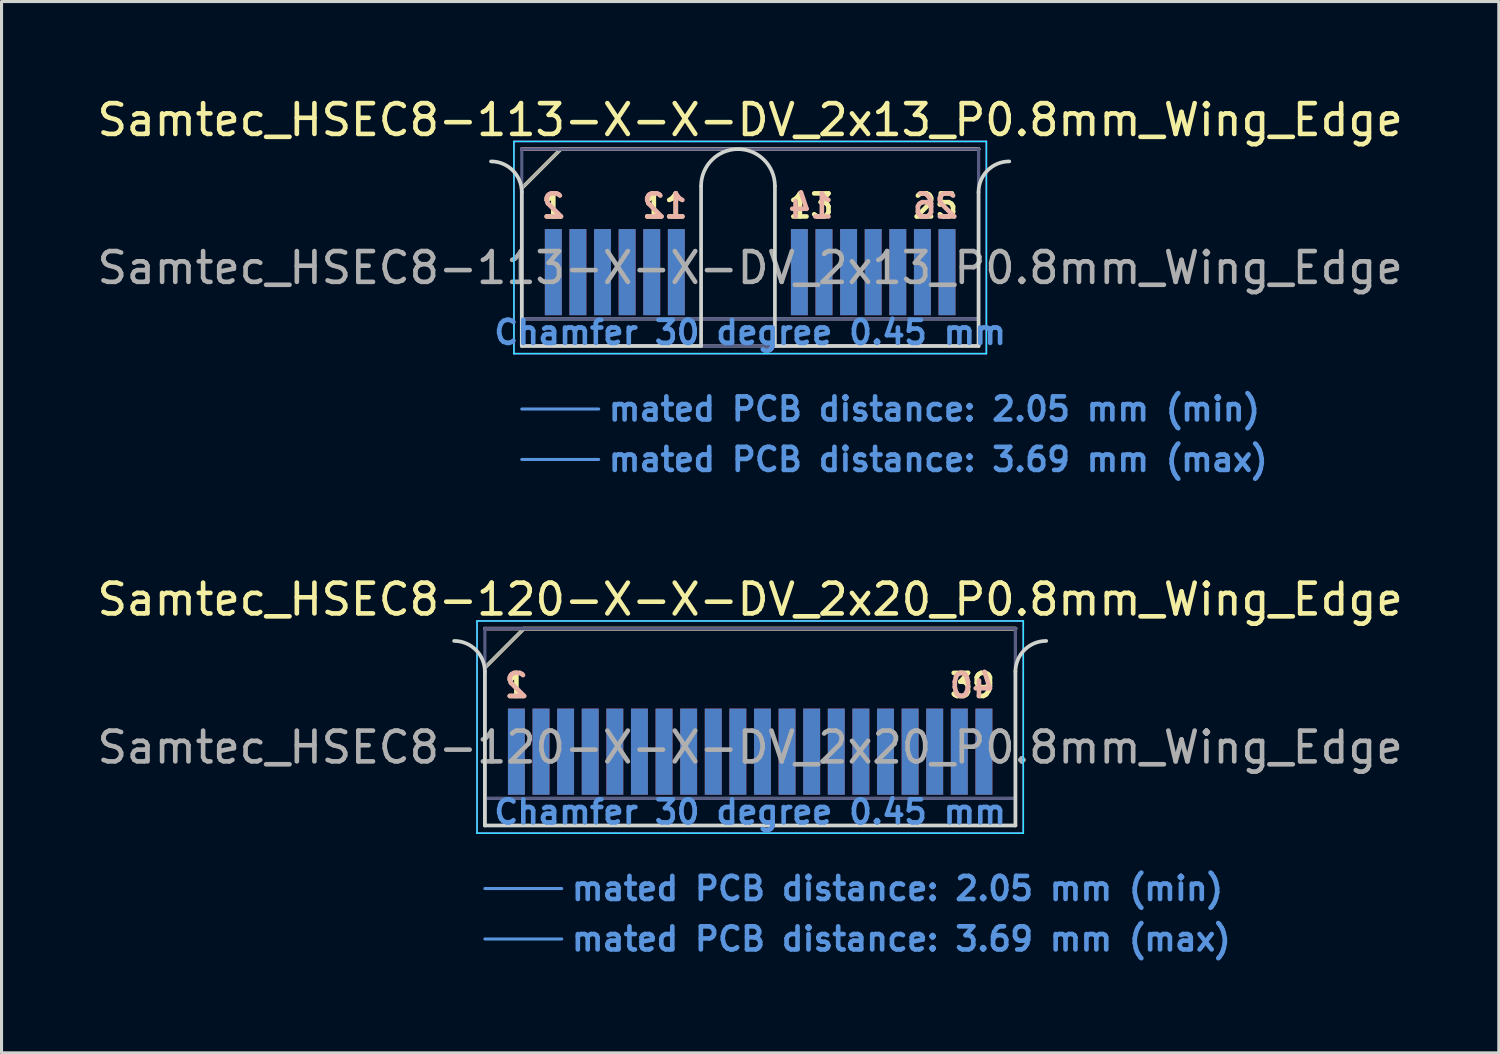
<source format=kicad_pcb>
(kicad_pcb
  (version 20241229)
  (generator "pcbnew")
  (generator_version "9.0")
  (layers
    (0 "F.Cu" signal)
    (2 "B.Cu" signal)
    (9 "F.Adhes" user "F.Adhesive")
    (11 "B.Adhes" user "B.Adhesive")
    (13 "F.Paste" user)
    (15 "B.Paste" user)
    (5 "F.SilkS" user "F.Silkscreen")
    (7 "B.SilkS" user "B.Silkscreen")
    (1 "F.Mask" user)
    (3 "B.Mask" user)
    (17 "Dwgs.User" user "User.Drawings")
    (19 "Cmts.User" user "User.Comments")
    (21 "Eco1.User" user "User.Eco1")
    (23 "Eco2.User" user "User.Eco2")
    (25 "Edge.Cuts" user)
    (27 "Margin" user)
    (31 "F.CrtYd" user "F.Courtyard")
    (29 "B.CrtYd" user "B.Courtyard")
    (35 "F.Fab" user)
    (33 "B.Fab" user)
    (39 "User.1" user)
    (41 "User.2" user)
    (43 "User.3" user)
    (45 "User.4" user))
  (footprint "Samtec_HSEC8-120-X-X-DV_2x20_P0.8mm_Wing_Edge"
    (layer "F.Cu")
    (at 21.339 23.788)
    (property "Reference" "Samtec_HSEC8-120-X-X-DV_2x20_P0.8mm_Wing_Edge" (at 0 -7.35 0) (layer "F.SilkS") (effects (font (size 1 1) (thickness 0.15))))
    (attr exclude_from_pos_files exclude_from_bom)
    (fp_line (start -8.625 -5.13) (end -7.355 -6.4) (stroke (width 0.12) (type solid)) (layer "F.SilkS"))
    (fp_line (start -7.355 -6.4) (end 8.625 -6.4) (stroke (width 0.12) (type solid)) (layer "F.SilkS"))
    (fp_line (start -8.625 -6.4) (end -8.625 -6.4) (stroke (width 0.12) (type solid)) (layer "B.SilkS"))
    (fp_line (start -8.625 -6.4) (end 8.625 -6.4) (stroke (width 0.12) (type solid)) (layer "B.SilkS"))
    (fp_line (start -8.625 2.05) (end -6.125 2.05) (stroke (width 0.1) (type solid)) (layer "Cmts.User"))
    (fp_line (start -8.625 3.69) (end -6.125 3.69) (stroke (width 0.1) (type solid)) (layer "Cmts.User"))
    (fp_line (start -8.625 -5) (end -8.625 0) (stroke (width 0.12) (type solid)) (layer "Edge.Cuts"))
    (fp_line (start -8.625 0) (end 8.625 0) (stroke (width 0.12) (type solid)) (layer "Edge.Cuts"))
    (fp_line (start 8.625 0) (end 8.625 -5) (stroke (width 0.12) (type solid)) (layer "Edge.Cuts"))
    (fp_arc (start -9.625 -6) (mid -8.917893 -5.707107) (end -8.625 -5) (stroke (width 0.12) (type solid)) (layer "Edge.Cuts"))
    (fp_arc (start 8.625 -5) (mid 8.917893 -5.707107) (end 9.625 -6) (stroke (width 0.12) (type solid)) (layer "Edge.Cuts"))
    (fp_line (start -8.88 -6.65) (end -8.88 0.25) (stroke (width 0.05) (type solid)) (layer "B.CrtYd"))
    (fp_line (start -8.88 0.25) (end 8.88 0.25) (stroke (width 0.05) (type solid)) (layer "B.CrtYd"))
    (fp_line (start 8.88 -6.65) (end -8.88 -6.65) (stroke (width 0.05) (type solid)) (layer "B.CrtYd"))
    (fp_line (start 8.88 0.25) (end 8.88 -6.65) (stroke (width 0.05) (type solid)) (layer "B.CrtYd"))
    (fp_line (start -8.88 -6.65) (end -8.88 0.25) (stroke (width 0.05) (type solid)) (layer "F.CrtYd"))
    (fp_line (start -8.88 0.25) (end 8.88 0.25) (stroke (width 0.05) (type solid)) (layer "F.CrtYd"))
    (fp_line (start 8.88 -6.65) (end -8.88 -6.65) (stroke (width 0.05) (type solid)) (layer "F.CrtYd"))
    (fp_line (start 8.88 0.25) (end 8.88 -6.65) (stroke (width 0.05) (type solid)) (layer "F.CrtYd"))
    (fp_line (start -8.625 -6.4) (end -8.625 -6.4) (stroke (width 0.1) (type solid)) (layer "B.Fab"))
    (fp_line (start -8.625 -6.4) (end -8.625 0) (stroke (width 0.1) (type solid)) (layer "B.Fab"))
    (fp_line (start -8.625 -6.4) (end 8.625 -6.4) (stroke (width 0.1) (type solid)) (layer "B.Fab"))
    (fp_line (start -8.625 -0.88) (end 8.625 -0.88) (stroke (width 0.1) (type solid)) (layer "B.Fab"))
    (fp_line (start -8.625 0) (end 8.625 0) (stroke (width 0.1) (type solid)) (layer "B.Fab"))
    (fp_line (start 8.625 -6.4) (end 8.625 0) (stroke (width 0.1) (type solid)) (layer "B.Fab"))
    (fp_line (start -8.625 -5.13) (end -8.625 0) (stroke (width 0.1) (type solid)) (layer "F.Fab"))
    (fp_line (start -8.625 -5.13) (end -7.355 -6.4) (stroke (width 0.1) (type solid)) (layer "F.Fab"))
    (fp_line (start -8.625 -0.88) (end 8.625 -0.88) (stroke (width 0.1) (type solid)) (layer "F.Fab"))
    (fp_line (start -8.625 0) (end 8.625 0) (stroke (width 0.1) (type solid)) (layer "F.Fab"))
    (fp_line (start -7.355 -6.4) (end 8.625 -6.4) (stroke (width 0.1) (type solid)) (layer "F.Fab"))
    (fp_line (start 8.625 -6.4) (end 8.625 0) (stroke (width 0.1) (type solid)) (layer "F.Fab"))
    (fp_text user "39" (at 7.225 -4.55 0) (layer "F.SilkS") (effects (font (size 0.75 0.75) (thickness 0.15))))
    (fp_text user "1" (at -7.6 -4.55 0) (layer "F.SilkS") (effects (font (size 0.75 0.75) (thickness 0.15))))
    (fp_text user "2" (at -7.6 -4.55 0) (layer "B.SilkS") (effects (font (size 0.75 0.75) (thickness 0.15)) (justify mirror)))
    (fp_text user "40" (at 7.225 -4.55 0) (layer "B.SilkS") (effects (font (size 0.75 0.75) (thickness 0.15)) (justify mirror)))
    (fp_text user "Chamfer 30 degree 0.45 mm" (at 0 -0.44 0) (layer "Cmts.User") (effects (font (size 0.75 0.75) (thickness 0.15))))
    (fp_text user "mated PCB distance: 3.69 mm (max)" (at -5.88 3.69 0) (layer "Cmts.User") (effects (font (size 0.75 0.75) (thickness 0.15)) (justify left)))
    (fp_text user "mated PCB distance: 2.05 mm (min)" (at -5.88 2.05 0) (layer "Cmts.User") (effects (font (size 0.75 0.75) (thickness 0.15)) (justify left)))
    (fp_text user "${REFERENCE}" (at 0 -2.54 0) (layer "F.Fab") (effects (font (size 1 1) (thickness 0.15))))
    (pad "1" connect rect (at -7.6 -2.4) (size 0.55 2.8) (layers "F.Cu" "F.Mask"))
    (pad "2" connect rect (at -7.6 -2.4) (size 0.55 2.8) (layers "B.Cu" "B.Mask"))
    (pad "3" connect rect (at -6.8 -2.4) (size 0.55 2.8) (layers "F.Cu" "F.Mask"))
    (pad "4" connect rect (at -6.8 -2.4) (size 0.55 2.8) (layers "B.Cu" "B.Mask"))
    (pad "5" connect rect (at -6 -2.4) (size 0.55 2.8) (layers "F.Cu" "F.Mask"))
    (pad "6" connect rect (at -6 -2.4) (size 0.55 2.8) (layers "B.Cu" "B.Mask"))
    (pad "7" connect rect (at -5.2 -2.4) (size 0.55 2.8) (layers "F.Cu" "F.Mask"))
    (pad "8" connect rect (at -5.2 -2.4) (size 0.55 2.8) (layers "B.Cu" "B.Mask"))
    (pad "9" connect rect (at -4.4 -2.4) (size 0.55 2.8) (layers "F.Cu" "F.Mask"))
    (pad "10" connect rect (at -4.4 -2.4) (size 0.55 2.8) (layers "B.Cu" "B.Mask"))
    (pad "11" connect rect (at -3.6 -2.4) (size 0.55 2.8) (layers "F.Cu" "F.Mask"))
    (pad "12" connect rect (at -3.6 -2.4) (size 0.55 2.8) (layers "B.Cu" "B.Mask"))
    (pad "13" connect rect (at -2.8 -2.4) (size 0.55 2.8) (layers "F.Cu" "F.Mask"))
    (pad "14" connect rect (at -2.8 -2.4) (size 0.55 2.8) (layers "B.Cu" "B.Mask"))
    (pad "15" connect rect (at -2 -2.4) (size 0.55 2.8) (layers "F.Cu" "F.Mask"))
    (pad "16" connect rect (at -2 -2.4) (size 0.55 2.8) (layers "B.Cu" "B.Mask"))
    (pad "17" connect rect (at -1.2 -2.4) (size 0.55 2.8) (layers "F.Cu" "F.Mask"))
    (pad "18" connect rect (at -1.2 -2.4) (size 0.55 2.8) (layers "B.Cu" "B.Mask"))
    (pad "19" connect rect (at -0.4 -2.4) (size 0.55 2.8) (layers "F.Cu" "F.Mask"))
    (pad "20" connect rect (at -0.4 -2.4) (size 0.55 2.8) (layers "B.Cu" "B.Mask"))
    (pad "21" connect rect (at 0.4 -2.4) (size 0.55 2.8) (layers "F.Cu" "F.Mask"))
    (pad "22" connect rect (at 0.4 -2.4) (size 0.55 2.8) (layers "B.Cu" "B.Mask"))
    (pad "23" connect rect (at 1.2 -2.4) (size 0.55 2.8) (layers "F.Cu" "F.Mask"))
    (pad "24" connect rect (at 1.2 -2.4) (size 0.55 2.8) (layers "B.Cu" "B.Mask"))
    (pad "25" connect rect (at 2 -2.4) (size 0.55 2.8) (layers "F.Cu" "F.Mask"))
    (pad "26" connect rect (at 2 -2.4) (size 0.55 2.8) (layers "B.Cu" "B.Mask"))
    (pad "27" connect rect (at 2.8 -2.4) (size 0.55 2.8) (layers "F.Cu" "F.Mask"))
    (pad "28" connect rect (at 2.8 -2.4) (size 0.55 2.8) (layers "B.Cu" "B.Mask"))
    (pad "29" connect rect (at 3.6 -2.4) (size 0.55 2.8) (layers "F.Cu" "F.Mask"))
    (pad "30" connect rect (at 3.6 -2.4) (size 0.55 2.8) (layers "B.Cu" "B.Mask"))
    (pad "31" connect rect (at 4.4 -2.4) (size 0.55 2.8) (layers "F.Cu" "F.Mask"))
    (pad "32" connect rect (at 4.4 -2.4) (size 0.55 2.8) (layers "B.Cu" "B.Mask"))
    (pad "33" connect rect (at 5.2 -2.4) (size 0.55 2.8) (layers "F.Cu" "F.Mask"))
    (pad "34" connect rect (at 5.2 -2.4) (size 0.55 2.8) (layers "B.Cu" "B.Mask"))
    (pad "35" connect rect (at 6 -2.4) (size 0.55 2.8) (layers "F.Cu" "F.Mask"))
    (pad "36" connect rect (at 6 -2.4) (size 0.55 2.8) (layers "B.Cu" "B.Mask"))
    (pad "37" connect rect (at 6.8 -2.4) (size 0.55 2.8) (layers "F.Cu" "F.Mask"))
    (pad "38" connect rect (at 6.8 -2.4) (size 0.55 2.8) (layers "B.Cu" "B.Mask"))
    (pad "39" connect rect (at 7.6 -2.4) (size 0.55 2.8) (layers "F.Cu" "F.Mask"))
    (pad "40" connect rect (at 7.6 -2.4) (size 0.55 2.8) (layers "B.Cu" "B.Mask")))
  (footprint "Samtec_HSEC8-113-X-X-DV_2x13_P0.8mm_Wing_Edge"
    (layer "F.Cu")
    (at 21.339 8.198)
    (property "Reference" "Samtec_HSEC8-113-X-X-DV_2x13_P0.8mm_Wing_Edge" (at 0 -7.35 0) (layer "F.SilkS") (effects (font (size 1 1) (thickness 0.15))))
    (attr exclude_from_pos_files exclude_from_bom)
    (fp_line (start -7.425 -5.13) (end -6.155 -6.4) (stroke (width 0.12) (type solid)) (layer "F.SilkS"))
    (fp_line (start -6.155 -6.4) (end 7.425 -6.4) (stroke (width 0.12) (type solid)) (layer "F.SilkS"))
    (fp_line (start -7.425 -6.4) (end -7.425 -6.4) (stroke (width 0.12) (type solid)) (layer "B.SilkS"))
    (fp_line (start -7.425 -6.4) (end 7.425 -6.4) (stroke (width 0.12) (type solid)) (layer "B.SilkS"))
    (fp_line (start -7.425 2.05) (end -4.925 2.05) (stroke (width 0.1) (type solid)) (layer "Cmts.User"))
    (fp_line (start -7.425 3.69) (end -4.925 3.69) (stroke (width 0.1) (type solid)) (layer "Cmts.User"))
    (fp_line (start -7.425 -5) (end -7.425 0) (stroke (width 0.12) (type solid)) (layer "Edge.Cuts"))
    (fp_line (start -7.425 0) (end -1.595 0) (stroke (width 0.12) (type solid)) (layer "Edge.Cuts"))
    (fp_line (start -1.595 0) (end -1.595 -5.2) (stroke (width 0.12) (type solid)) (layer "Edge.Cuts"))
    (fp_line (start 0.805 -5.2) (end 0.805 0) (stroke (width 0.12) (type solid)) (layer "Edge.Cuts"))
    (fp_line (start 0.805 0) (end 7.425 0) (stroke (width 0.12) (type solid)) (layer "Edge.Cuts"))
    (fp_line (start 7.425 0) (end 7.425 -5) (stroke (width 0.12) (type solid)) (layer "Edge.Cuts"))
    (fp_arc (start -8.425 -6) (mid -7.717893 -5.707107) (end -7.425 -5) (stroke (width 0.12) (type solid)) (layer "Edge.Cuts"))
    (fp_arc (start -1.595 -5.2) (mid -0.395 -6.4) (end 0.805 -5.2) (stroke (width 0.12) (type solid)) (layer "Edge.Cuts"))
    (fp_arc (start 7.425 -5) (mid 7.717893 -5.707107) (end 8.425 -6) (stroke (width 0.12) (type solid)) (layer "Edge.Cuts"))
    (fp_line (start -7.68 -6.65) (end -7.68 0.25) (stroke (width 0.05) (type solid)) (layer "B.CrtYd"))
    (fp_line (start -7.68 0.25) (end 7.68 0.25) (stroke (width 0.05) (type solid)) (layer "B.CrtYd"))
    (fp_line (start 7.68 -6.65) (end -7.68 -6.65) (stroke (width 0.05) (type solid)) (layer "B.CrtYd"))
    (fp_line (start 7.68 0.25) (end 7.68 -6.65) (stroke (width 0.05) (type solid)) (layer "B.CrtYd"))
    (fp_line (start -7.68 -6.65) (end -7.68 0.25) (stroke (width 0.05) (type solid)) (layer "F.CrtYd"))
    (fp_line (start -7.68 0.25) (end 7.68 0.25) (stroke (width 0.05) (type solid)) (layer "F.CrtYd"))
    (fp_line (start 7.68 -6.65) (end -7.68 -6.65) (stroke (width 0.05) (type solid)) (layer "F.CrtYd"))
    (fp_line (start 7.68 0.25) (end 7.68 -6.65) (stroke (width 0.05) (type solid)) (layer "F.CrtYd"))
    (fp_line (start -7.425 -6.4) (end -7.425 -6.4) (stroke (width 0.1) (type solid)) (layer "B.Fab"))
    (fp_line (start -7.425 -6.4) (end -7.425 0) (stroke (width 0.1) (type solid)) (layer "B.Fab"))
    (fp_line (start -7.425 -6.4) (end 7.425 -6.4) (stroke (width 0.1) (type solid)) (layer "B.Fab"))
    (fp_line (start -7.425 -0.88) (end 7.425 -0.88) (stroke (width 0.1) (type solid)) (layer "B.Fab"))
    (fp_line (start -7.425 0) (end 7.425 0) (stroke (width 0.1) (type solid)) (layer "B.Fab"))
    (fp_line (start 7.425 -6.4) (end 7.425 0) (stroke (width 0.1) (type solid)) (layer "B.Fab"))
    (fp_line (start -7.425 -5.13) (end -7.425 0) (stroke (width 0.1) (type solid)) (layer "F.Fab"))
    (fp_line (start -7.425 -5.13) (end -6.155 -6.4) (stroke (width 0.1) (type solid)) (layer "F.Fab"))
    (fp_line (start -7.425 -0.88) (end 7.425 -0.88) (stroke (width 0.1) (type solid)) (layer "F.Fab"))
    (fp_line (start -7.425 0) (end 7.425 0) (stroke (width 0.1) (type solid)) (layer "F.Fab"))
    (fp_line (start -6.155 -6.4) (end 7.425 -6.4) (stroke (width 0.1) (type solid)) (layer "F.Fab"))
    (fp_line (start 7.425 -6.4) (end 7.425 0) (stroke (width 0.1) (type solid)) (layer "F.Fab"))
    (fp_text user "11" (at -2.775 -4.55 0) (layer "F.SilkS") (effects (font (size 0.75 0.75) (thickness 0.15))))
    (fp_text user "1" (at -6.4 -4.55 0) (layer "F.SilkS") (effects (font (size 0.75 0.75) (thickness 0.15))))
    (fp_text user "25" (at 6.025 -4.55 0) (layer "F.SilkS") (effects (font (size 0.75 0.75) (thickness 0.15))))
    (fp_text user "13" (at 1.975 -4.55 0) (layer "F.SilkS") (effects (font (size 0.75 0.75) (thickness 0.15))))
    (fp_text user "2" (at -6.4 -4.55 0) (layer "B.SilkS") (effects (font (size 0.75 0.75) (thickness 0.15)) (justify mirror)))
    (fp_text user "14" (at 1.975 -4.55 0) (layer "B.SilkS") (effects (font (size 0.75 0.75) (thickness 0.15)) (justify mirror)))
    (fp_text user "12" (at -2.775 -4.55 0) (layer "B.SilkS") (effects (font (size 0.75 0.75) (thickness 0.15)) (justify mirror)))
    (fp_text user "26" (at 6.025 -4.55 0) (layer "B.SilkS") (effects (font (size 0.75 0.75) (thickness 0.15)) (justify mirror)))
    (fp_text user "mated PCB distance: 3.69 mm (max)" (at -4.68 3.69 0) (layer "Cmts.User") (effects (font (size 0.75 0.75) (thickness 0.15)) (justify left)))
    (fp_text user "mated PCB distance: 2.05 mm (min)" (at -4.68 2.05 0) (layer "Cmts.User") (effects (font (size 0.75 0.75) (thickness 0.15)) (justify left)))
    (fp_text user "Chamfer 30 degree 0.45 mm" (at 0 -0.44 0) (layer "Cmts.User") (effects (font (size 0.75 0.75) (thickness 0.15))))
    (fp_text user "${REFERENCE}" (at 0 -2.54 0) (layer "F.Fab") (effects (font (size 1 1) (thickness 0.15))))
    (pad "1" connect rect (at -6.4 -2.4) (size 0.55 2.8) (layers "F.Cu" "F.Mask"))
    (pad "2" connect rect (at -6.4 -2.4) (size 0.55 2.8) (layers "B.Cu" "B.Mask"))
    (pad "3" connect rect (at -5.6 -2.4) (size 0.55 2.8) (layers "F.Cu" "F.Mask"))
    (pad "4" connect rect (at -5.6 -2.4) (size 0.55 2.8) (layers "B.Cu" "B.Mask"))
    (pad "5" connect rect (at -4.8 -2.4) (size 0.55 2.8) (layers "F.Cu" "F.Mask"))
    (pad "6" connect rect (at -4.8 -2.4) (size 0.55 2.8) (layers "B.Cu" "B.Mask"))
    (pad "7" connect rect (at -4 -2.4) (size 0.55 2.8) (layers "F.Cu" "F.Mask"))
    (pad "8" connect rect (at -4 -2.4) (size 0.55 2.8) (layers "B.Cu" "B.Mask"))
    (pad "9" connect rect (at -3.2 -2.4) (size 0.55 2.8) (layers "F.Cu" "F.Mask"))
    (pad "10" connect rect (at -3.2 -2.4) (size 0.55 2.8) (layers "B.Cu" "B.Mask"))
    (pad "11" connect rect (at -2.4 -2.4) (size 0.55 2.8) (layers "F.Cu" "F.Mask"))
    (pad "12" connect rect (at -2.4 -2.4) (size 0.55 2.8) (layers "B.Cu" "B.Mask"))
    (pad "13" connect rect (at 1.6 -2.4) (size 0.55 2.8) (layers "F.Cu" "F.Mask"))
    (pad "14" connect rect (at 1.6 -2.4) (size 0.55 2.8) (layers "B.Cu" "B.Mask"))
    (pad "15" connect rect (at 2.4 -2.4) (size 0.55 2.8) (layers "F.Cu" "F.Mask"))
    (pad "16" connect rect (at 2.4 -2.4) (size 0.55 2.8) (layers "B.Cu" "B.Mask"))
    (pad "17" connect rect (at 3.2 -2.4) (size 0.55 2.8) (layers "F.Cu" "F.Mask"))
    (pad "18" connect rect (at 3.2 -2.4) (size 0.55 2.8) (layers "B.Cu" "B.Mask"))
    (pad "19" connect rect (at 4 -2.4) (size 0.55 2.8) (layers "F.Cu" "F.Mask"))
    (pad "20" connect rect (at 4 -2.4) (size 0.55 2.8) (layers "B.Cu" "B.Mask"))
    (pad "21" connect rect (at 4.8 -2.4) (size 0.55 2.8) (layers "F.Cu" "F.Mask"))
    (pad "22" connect rect (at 4.8 -2.4) (size 0.55 2.8) (layers "B.Cu" "B.Mask"))
    (pad "23" connect rect (at 5.6 -2.4) (size 0.55 2.8) (layers "F.Cu" "F.Mask"))
    (pad "24" connect rect (at 5.6 -2.4) (size 0.55 2.8) (layers "B.Cu" "B.Mask"))
    (pad "25" connect rect (at 6.4 -2.4) (size 0.55 2.8) (layers "F.Cu" "F.Mask"))
    (pad "26" connect rect (at 6.4 -2.4) (size 0.55 2.8) (layers "B.Cu" "B.Mask")))
  (gr_rect
    (start -3 -3)
    (end 45.679 31.18)
    (stroke (width 0.1) (type default))
    (fill no)
    (layer "Edge.Cuts")))
</source>
